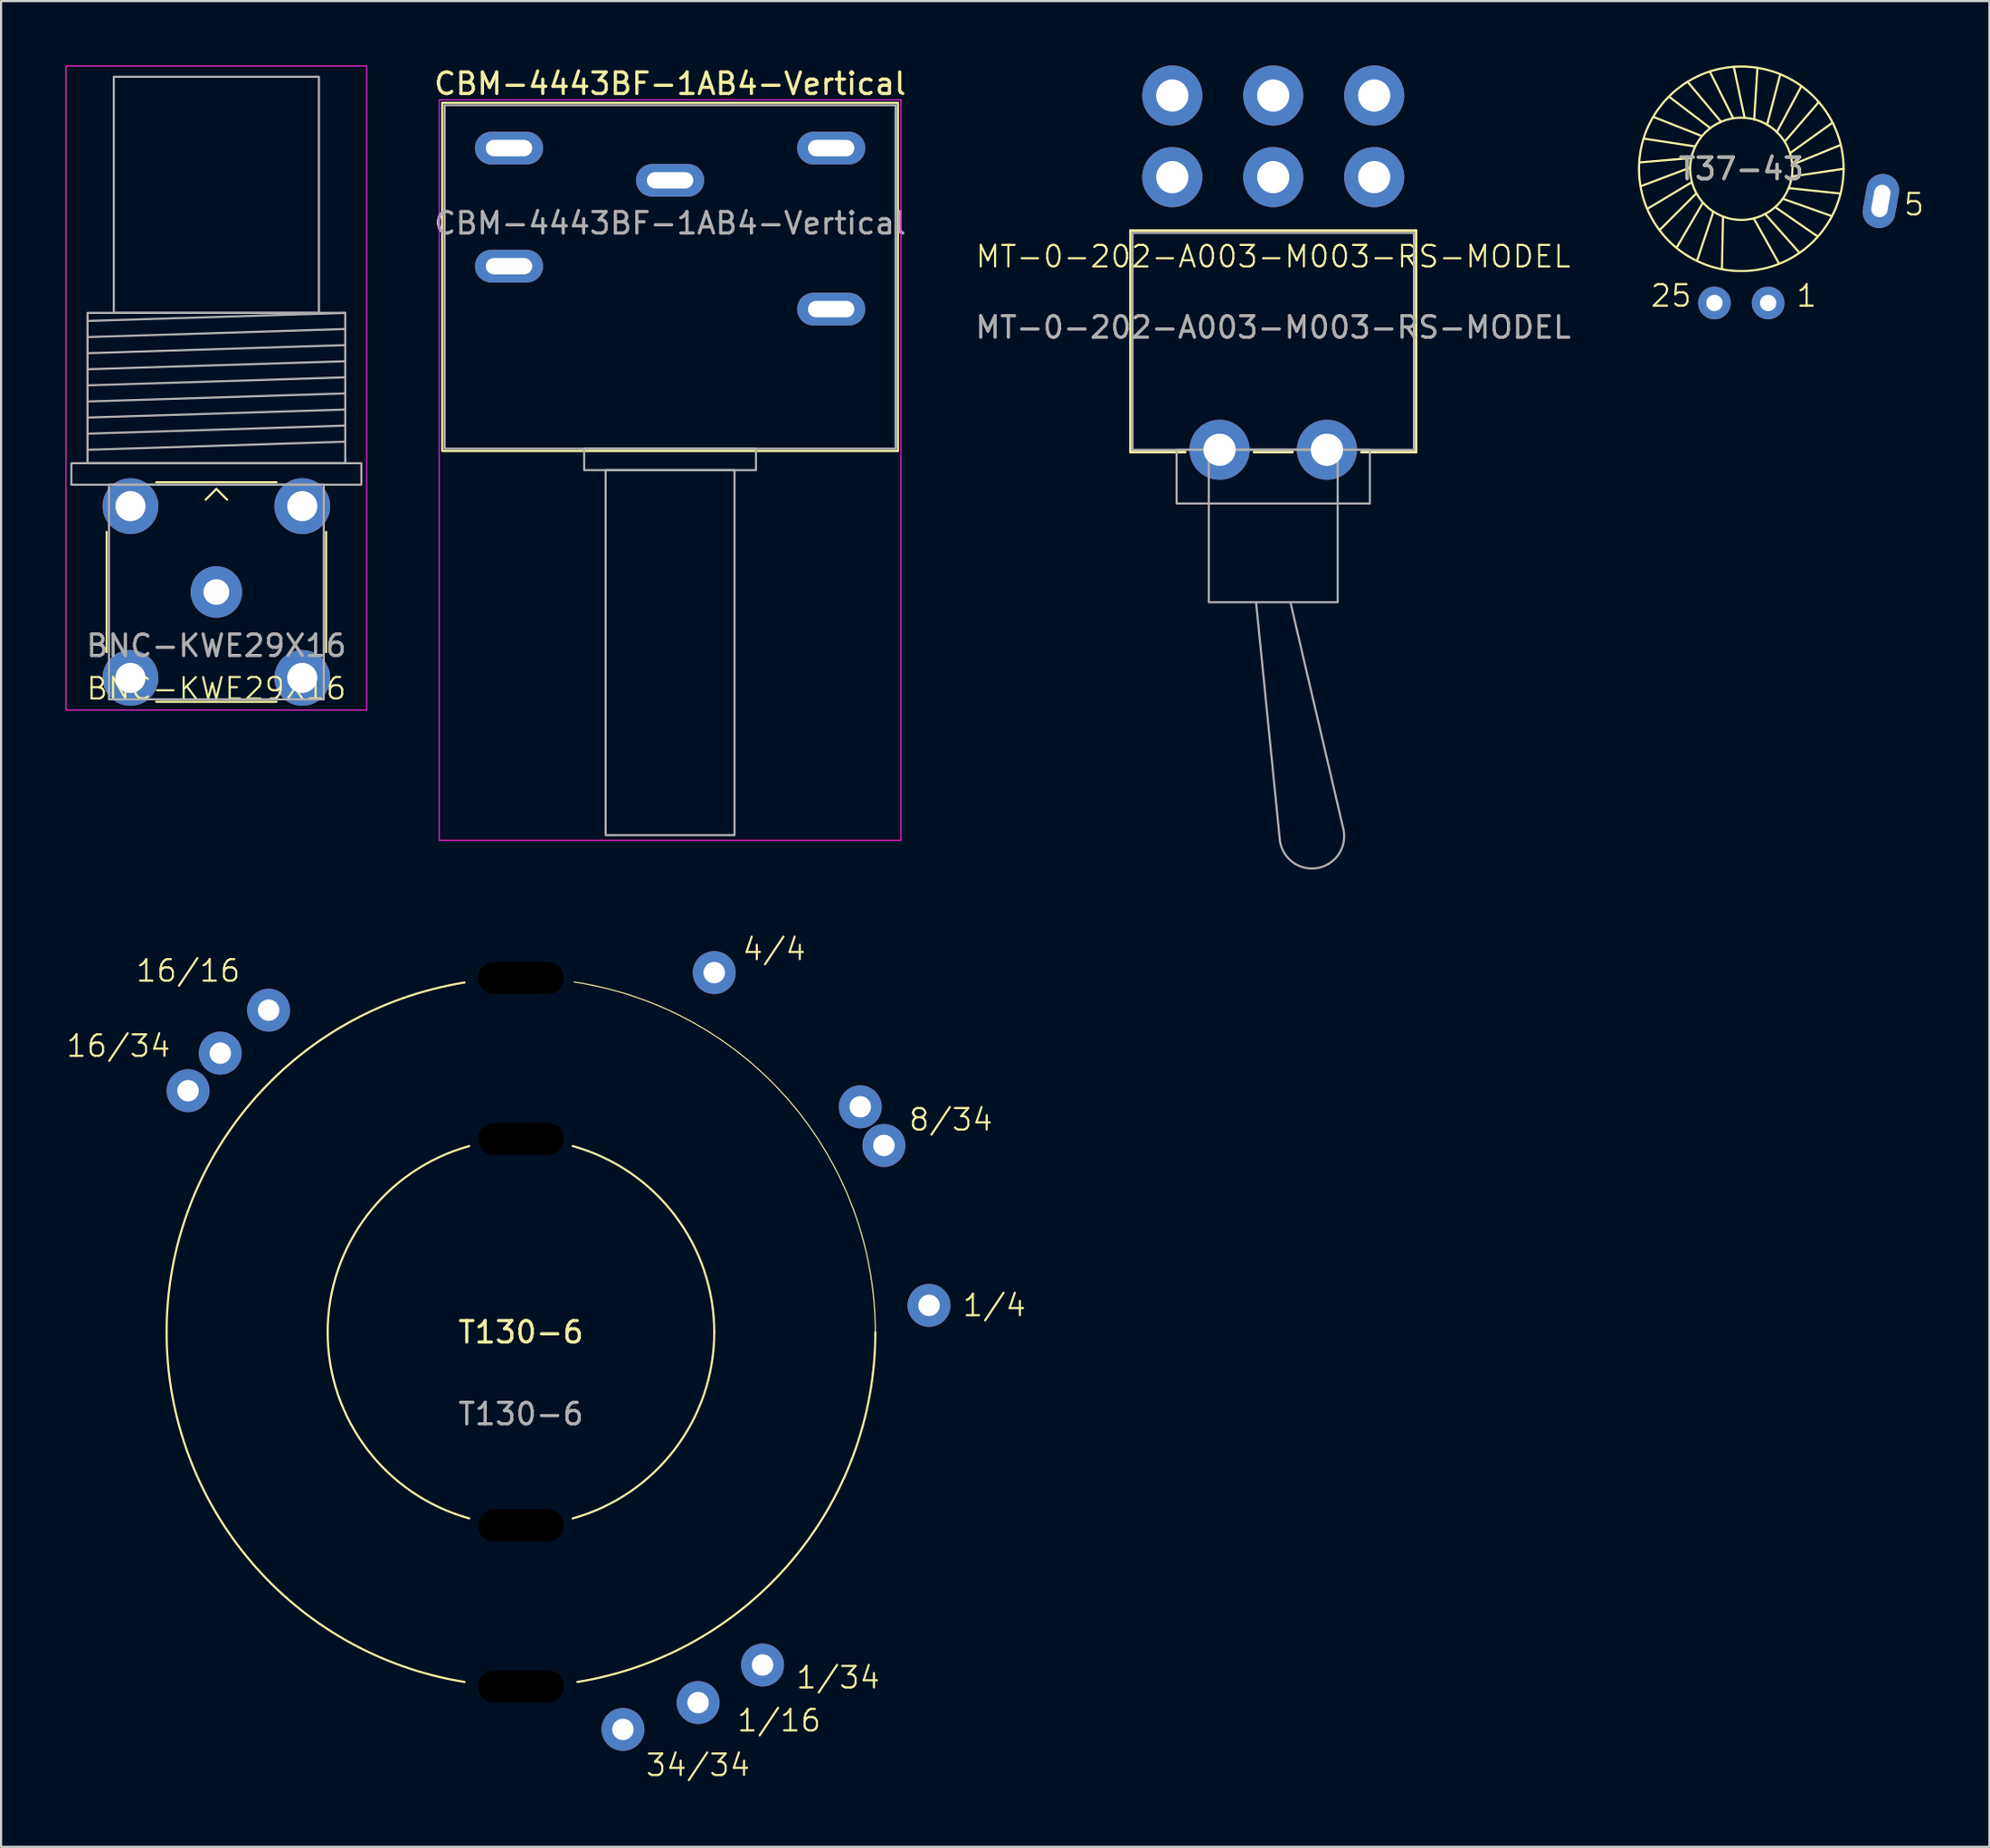
<source format=kicad_pcb>
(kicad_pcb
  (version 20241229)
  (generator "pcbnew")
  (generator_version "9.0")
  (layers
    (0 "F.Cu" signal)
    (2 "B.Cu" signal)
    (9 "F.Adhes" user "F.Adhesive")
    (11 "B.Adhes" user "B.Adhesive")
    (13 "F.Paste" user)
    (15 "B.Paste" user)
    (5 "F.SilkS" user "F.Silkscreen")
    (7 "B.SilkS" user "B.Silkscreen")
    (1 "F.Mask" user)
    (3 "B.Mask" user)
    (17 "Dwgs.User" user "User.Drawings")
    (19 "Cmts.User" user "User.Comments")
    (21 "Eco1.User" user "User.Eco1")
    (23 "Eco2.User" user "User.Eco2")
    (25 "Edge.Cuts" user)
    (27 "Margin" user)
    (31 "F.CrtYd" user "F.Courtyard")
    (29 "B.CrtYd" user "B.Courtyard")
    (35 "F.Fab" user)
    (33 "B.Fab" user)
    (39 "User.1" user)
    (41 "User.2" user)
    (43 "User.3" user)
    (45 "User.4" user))
  (footprint "CBM-4443BF-1AB4-Vertical"
    (layer "F.Cu")
    (at 28.151 5.348)
    (property "Reference" "CBM-4443BF-1AB4-Vertical" (at 0 -4.5 0) (unlocked yes) (layer "F.SilkS") (effects (font (size 1 1) (thickness 0.15))))
    (attr through_hole)
    (fp_rect (start -10.61 -3.61) (end 10.61 12.61) (stroke (width 0.1) (type default)) (fill no) (layer "F.SilkS"))
    (fp_rect (start -10.75 -3.75) (end 10.75 30.75) (stroke (width 0.05) (type default)) (fill no) (layer "F.CrtYd"))
    (fp_rect (start -10.5 -3.5) (end 10.5 12.5) (stroke (width 0.1) (type default)) (fill no) (layer "F.Fab"))
    (fp_rect (start -4 13.5) (end 4 12.5) (stroke (width 0.1) (type default)) (fill no) (layer "F.Fab"))
    (fp_rect (start -3 13.5) (end 3 30.5) (stroke (width 0.1) (type default)) (fill no) (layer "F.Fab"))
    (fp_text user "${REFERENCE}" (at 0 2 0) (unlocked yes) (layer "F.Fab") (effects (font (size 1 1) (thickness 0.15))))
    (pad "1" thru_hole oval (at 0 0) (size 3.175 1.524) (drill oval 2.159 0.762) (layers "*.Cu" "*.Mask"))
    (pad "2" thru_hole oval (at 7.5 -1.5) (size 3.175 1.524) (drill oval 2.159 0.762) (layers "*.Cu" "*.Mask"))
    (pad "2" thru_hole oval (at 7.5 6) (size 3.175 1.524) (drill oval 2.159 0.762) (layers "*.Cu" "*.Mask"))
    (pad "3" thru_hole oval (at -7.5 -1.5) (size 3.175 1.524) (drill oval 2.159 0.762) (layers "*.Cu" "*.Mask"))
    (pad "3" thru_hole oval (at -7.5 4) (size 3.175 1.524) (drill oval 2.159 0.762) (layers "*.Cu" "*.Mask")))
  (footprint "MT-0-202-A003-M003-RS-MODEL"
    (layer "F.Cu")
    (at 56.235 17.9)
    (property "Reference" "MT-0-202-A003-M003-RS-MODEL" (at 0 -9 0) (unlocked yes) (layer "F.SilkS") (effects (font (size 1 1) (thickness 0.1))))
    (attr through_hole)
    (fp_line (start -6.65 -10.21) (end 6.65 -10.21) (stroke (width 0.12) (type default)) (layer "F.SilkS"))
    (fp_line (start -6.65 0.11) (end -6.65 -10.21) (stroke (width 0.12) (type default)) (layer "F.SilkS"))
    (fp_line (start -4.1 0.11) (end -6.65 0.11) (stroke (width 0.12) (type default)) (layer "F.SilkS"))
    (fp_line (start -0.9 0.11) (end 0.9 0.11) (stroke (width 0.12) (type default)) (layer "F.SilkS"))
    (fp_line (start 6.65 -10.21) (end 6.65 0.11) (stroke (width 0.12) (type default)) (layer "F.SilkS"))
    (fp_line (start 6.65 0.11) (end 4.1 0.11) (stroke (width 0.12) (type default)) (layer "F.SilkS"))
    (fp_line (start 0.3 18.1) (end -0.8 7.1) (stroke (width 0.1) (type default)) (layer "F.Fab"))
    (fp_line (start 0.8 7.1) (end 3.265 17.662) (stroke (width 0.1) (type default)) (layer "F.Fab"))
    (fp_rect (start -6.55 -10.1) (end 6.55 0) (stroke (width 0.1) (type default)) (fill no) (layer "F.Fab"))
    (fp_rect (start -4.5 0) (end 4.5 2.5) (stroke (width 0.1) (type default)) (fill no) (layer "F.Fab"))
    (fp_rect (start -3 0) (end 3 7.1) (stroke (width 0.1) (type default)) (fill no) (layer "F.Fab"))
    (fp_arc (start 3.264831 17.661962) (mid 2.019724 19.487186) (end 0.300001 18.1) (stroke (width 0.1) (type default)) (layer "F.Fab"))
    (fp_text user "${REFERENCE}" (at 0 -5.7 0) (unlocked yes) (layer "F.Fab") (effects (font (size 1 1) (thickness 0.15))))
    (pad "" thru_hole circle (at -2.5 0) (size 2.8 2.8) (drill 1.5) (layers "*.Cu" "*.Mask"))
    (pad "" thru_hole circle (at 2.5 0) (size 2.8 2.8) (drill 1.5) (layers "*.Cu" "*.Mask"))
    (pad "1" thru_hole circle (at -4.7 -16.5) (size 2.8 2.8) (drill 1.5) (layers "*.Cu" "*.Mask"))
    (pad "2" thru_hole circle (at 0 -16.5) (size 2.8 2.8) (drill 1.5) (layers "*.Cu" "*.Mask"))
    (pad "3" thru_hole circle (at 4.7 -16.5) (size 2.8 2.8) (drill 1.5) (layers "*.Cu" "*.Mask"))
    (pad "4" thru_hole circle (at -4.7 -12.7) (size 2.8 2.8) (drill 1.5) (layers "*.Cu" "*.Mask"))
    (pad "5" thru_hole circle (at 0 -12.7) (size 2.8 2.8) (drill 1.5) (layers "*.Cu" "*.Mask"))
    (pad "6" thru_hole circle (at 4.7 -12.7) (size 2.8 2.8) (drill 1.5) (layers "*.Cu" "*.Mask")))
  (footprint "BNC-KWE29X16"
    (layer "F.Cu")
    (at 7.025 24.525)
    (property "Reference" "BNC-KWE29X16" (at 0 4.5 0) (unlocked yes) (layer "F.SilkS") (effects (font (size 1 1) (thickness 0.1))))
    (attr through_hole)
    (fp_line (start -5.11 2.8) (end -5.11 -2.8) (stroke (width 0.1) (type default)) (layer "F.SilkS"))
    (fp_line (start -2.8 -5.11) (end 2.8 -5.11) (stroke (width 0.1) (type default)) (layer "F.SilkS"))
    (fp_line (start 0 -4.8) (end -0.5 -4.3) (stroke (width 0.1) (type default)) (layer "F.SilkS"))
    (fp_line (start 0 -4.8) (end 0.5 -4.3) (stroke (width 0.1) (type default)) (layer "F.SilkS"))
    (fp_line (start 2.8 5.11) (end -2.8 5.11) (stroke (width 0.1) (type default)) (layer "F.SilkS"))
    (fp_line (start 5.11 -2.8) (end 5.11 2.8) (stroke (width 0.1) (type default)) (layer "F.SilkS"))
    (fp_rect (start 7 5.5) (end -7 -24.5) (stroke (width 0.05) (type default)) (fill no) (layer "F.CrtYd"))
    (fp_line (start -6 -12.625) (end 6 -13) (stroke (width 0.1) (type default)) (layer "F.Fab"))
    (fp_line (start -6 -11.875) (end 6 -12.25) (stroke (width 0.1) (type default)) (layer "F.Fab"))
    (fp_line (start -6 -11.125) (end 6 -11.5) (stroke (width 0.1) (type default)) (layer "F.Fab"))
    (fp_line (start -6 -10.375) (end 6 -10.75) (stroke (width 0.1) (type default)) (layer "F.Fab"))
    (fp_line (start -6 -9.625) (end 6 -10) (stroke (width 0.1) (type default)) (layer "F.Fab"))
    (fp_line (start -6 -8.875) (end 6 -9.25) (stroke (width 0.1) (type default)) (layer "F.Fab"))
    (fp_line (start -6 -8.125) (end 6 -8.5) (stroke (width 0.1) (type default)) (layer "F.Fab"))
    (fp_line (start -6 -7.375) (end 6 -7.75) (stroke (width 0.1) (type default)) (layer "F.Fab"))
    (fp_line (start -6 -6.625) (end 6 -7) (stroke (width 0.1) (type default)) (layer "F.Fab"))
    (fp_rect (start -6.75 -6) (end 6.75 -5) (stroke (width 0.1) (type default)) (fill no) (layer "F.Fab"))
    (fp_rect (start -6 -6) (end 6 -13) (stroke (width 0.1) (type default)) (fill no) (layer "F.Fab"))
    (fp_rect (start -5 -5) (end 5 5) (stroke (width 0.1) (type default)) (fill no) (layer "F.Fab"))
    (fp_rect (start -4.775 -24) (end 4.775 -13) (stroke (width 0.1) (type default)) (fill no) (layer "F.Fab"))
    (fp_text user "${REFERENCE}" (at 0 2.5 0) (unlocked yes) (layer "F.Fab") (effects (font (size 1 1) (thickness 0.15))))
    (pad "1" thru_hole circle (at 0 0) (size 2.4 2.4) (drill 1.2) (layers "*.Cu" "*.Mask"))
    (pad "2" thru_hole circle (at -4 -4) (size 2.6 2.6) (drill 1.4) (layers "*.Cu" "*.Mask"))
    (pad "2" thru_hole circle (at -4 4) (size 2.6 2.6) (drill 1.4) (layers "*.Cu" "*.Mask"))
    (pad "2" thru_hole circle (at 4 -4) (size 2.6 2.6) (drill 1.4) (layers "*.Cu" "*.Mask"))
    (pad "2" thru_hole circle (at 4 4) (size 2.6 2.6) (drill 1.4) (layers "*.Cu" "*.Mask")))
  (footprint "T130-6"
    (layer "F.Cu")
    (at 21.207 59.003)
    (property "Reference" "T130-6" (at 0 0 0) (unlocked yes) (layer "F.SilkS") (effects (font (size 1 1) (thickness 0.15))))
    (attr through_hole)
    (private_layers "User.1")
    (fp_arc (start -16.5 0) (mid -12.561867 -10.698107) (end -2.627335 -16.289478) (stroke (width 0.1) (type default)) (layer "F.SilkS"))
    (fp_arc (start -9 0) (mid -7.165164 -5.446138) (end -2.408795 -8.671661) (stroke (width 0.1) (type default)) (layer "F.SilkS"))
    (fp_arc (start -2.627335 16.289478) (mid -12.561867 10.698106) (end -16.5 0) (stroke (width 0.1) (type default)) (layer "F.SilkS"))
    (fp_arc (start -2.408795 8.671661) (mid -7.165164 5.446138) (end -9 0) (stroke (width 0.1) (type default)) (layer "F.SilkS"))
    (fp_arc (start 2.408795 -8.671661) (mid 7.165164 -5.446138) (end 9 0) (stroke (width 0.1) (type default)) (layer "F.SilkS"))
    (fp_arc (start 2.471789 -16.313806) (mid 12.510686 -10.757915) (end 16.5 0) (stroke (width 0.05) (type default)) (layer "F.SilkS"))
    (fp_arc (start 9 0) (mid 7.165164 5.446138) (end 2.408795 8.671661) (stroke (width 0.1) (type default)) (layer "F.SilkS"))
    (fp_arc (start 16.5 0) (mid 12.561867 10.698107) (end 2.627335 16.289478) (stroke (width 0.1) (type default)) (layer "F.SilkS"))
    (fp_circle (center 0 0) (end 19.05 0) (stroke (width 0.1) (type default)) (fill no) (layer "User.1"))
    (fp_text user "8/34" (at 18 -9.9 0) (unlocked yes) (layer "F.SilkS") (effects (font (size 1 1) (thickness 0.1)) (justify left)))
    (fp_text user "1/16" (at 10 17.5 0) (unlocked yes) (layer "F.SilkS") (effects (font (size 1 1) (thickness 0.1)) (justify left top)))
    (fp_text user "1/34" (at 12.75 15.5 0) (unlocked yes) (layer "F.SilkS") (effects (font (size 1 1) (thickness 0.1)) (justify left top)))
    (fp_text user "4/4" (at 10.25 -17.25 0) (unlocked yes) (layer "F.SilkS") (effects (font (size 1 1) (thickness 0.1)) (justify left bottom)))
    (fp_text user "34/34" (at 5.75 20.75 0) (unlocked yes) (layer "F.SilkS") (effects (font (size 1 1) (thickness 0.1)) (justify left bottom)))
    (fp_text user "16/34" (at -16.25 -12.75 0) (unlocked yes) (layer "F.SilkS") (effects (font (size 1 1) (thickness 0.1)) (justify right bottom)))
    (fp_text user "16/16" (at -13 -16.25 0) (unlocked yes) (layer "F.SilkS") (effects (font (size 1 1) (thickness 0.1)) (justify right bottom)))
    (fp_text user "1/4" (at 20.5 -1.25 0) (unlocked yes) (layer "F.SilkS") (effects (font (size 1 1) (thickness 0.1)) (justify left)))
    (fp_text user "${REFERENCE}" (at 0 3.81 0) (unlocked yes) (layer "F.Fab") (effects (font (size 1 1) (thickness 0.15))))
    (pad "" np_thru_hole oval (at 0 -16.5) (size 4 1.5) (drill oval 4 1.5) (layers "*.Mask"))
    (pad "" np_thru_hole oval (at 0 -9) (size 4 1.5) (drill oval 4 1.5) (layers "*.Mask"))
    (pad "" np_thru_hole oval (at 0 9) (size 4 1.5) (drill oval 4 1.5) (layers "*.Mask"))
    (pad "" np_thru_hole oval (at 0 16.5) (size 4 1.5) (drill oval 4 1.5) (layers "*.Mask"))
    (pad "1" thru_hole circle (at 11.25 15.5) (size 2 2) (drill 1) (layers "*.Cu" "*.Mask"))
    (pad "2" thru_hole circle (at 15.8 -10.5) (size 2 2) (drill 1) (layers "*.Cu" "*.Mask"))
    (pad "2" thru_hole circle (at 16.9 -8.7) (size 2 2) (drill 1) (layers "*.Cu" "*.Mask"))
    (pad "3" thru_hole circle (at -15.5 -11.25) (size 2 2) (drill 1) (layers "*.Cu" "*.Mask"))
    (pad "3" thru_hole circle (at -14 -13) (size 2 2) (drill 1) (layers "*.Cu" "*.Mask"))
    (pad "4" thru_hole circle (at 4.75 18.5) (size 2 2) (drill 1) (layers "*.Cu" "*.Mask"))
    (pad "5" thru_hole circle (at 19 -1.25) (size 2 2) (drill 1) (layers "*.Cu" "*.Mask"))
    (pad "6" thru_hole circle (at 9 -16.75) (size 2 2) (drill 1) (layers "*.Cu" "*.Mask"))
    (pad "7" thru_hole circle (at 8.25 17.25) (size 2 2) (drill 1) (layers "*.Cu" "*.Mask"))
    (pad "8" thru_hole circle (at -11.75 -15) (size 2 2) (drill 1) (layers "*.Cu" "*.Mask")))
  (footprint "T37-43"
    (layer "F.Cu")
    (at 78.029 4.812)
    (property "Reference" "T37-43" (at 0 0 0) (unlocked yes) (layer "F.SilkS") (effects (font (size 1 1) (thickness 0.15))))
    (attr through_hole)
    (private_layers "User.1")
    (fp_line (start -2.4 -0.05) (end -4.65 0.8) (stroke (width 0.1) (type default)) (layer "F.SilkS"))
    (fp_line (start -2.35 -0.5) (end -4.7 -0.3) (stroke (width 0.1) (type default)) (layer "F.SilkS"))
    (fp_line (start -2.35 0.65) (end -4.35 1.85) (stroke (width 0.1) (type default)) (layer "F.SilkS"))
    (fp_line (start -2.2 -1.05) (end -4.5 -1.4) (stroke (width 0.1) (type default)) (layer "F.SilkS"))
    (fp_line (start -2.1 1.15) (end -3.8 2.85) (stroke (width 0.1) (type default)) (layer "F.SilkS"))
    (fp_line (start -1.9 -1.55) (end -4.05 -2.4) (stroke (width 0.1) (type default)) (layer "F.SilkS"))
    (fp_line (start -1.8 1.6) (end -3 3.65) (stroke (width 0.1) (type default)) (layer "F.SilkS"))
    (fp_line (start -1.45 -1.9) (end -3.35 -3.35) (stroke (width 0.1) (type default)) (layer "F.SilkS"))
    (fp_line (start -1.3 2) (end -2.05 4.25) (stroke (width 0.1) (type default)) (layer "F.SilkS"))
    (fp_line (start -0.95 -2.2) (end -2.5 -4.05) (stroke (width 0.1) (type default)) (layer "F.SilkS"))
    (fp_line (start -0.85 2.25) (end -0.9 4.65) (stroke (width 0.1) (type default)) (layer "F.SilkS"))
    (fp_line (start -0.4 -2.4) (end -1.45 -4.5) (stroke (width 0.1) (type default)) (layer "F.SilkS"))
    (fp_line (start 0.15 -2.4) (end -0.35 -4.75) (stroke (width 0.1) (type default)) (layer "F.SilkS"))
    (fp_line (start 0.6 -2.3) (end 0.75 -4.7) (stroke (width 0.1) (type default)) (layer "F.SilkS"))
    (fp_line (start 0.6 2.35) (end 1.75 4.4) (stroke (width 0.1) (type default)) (layer "F.SilkS"))
    (fp_line (start 1.1 2.1) (end 2.7 3.9) (stroke (width 0.1) (type default)) (layer "F.SilkS"))
    (fp_line (start 1.2 -2.05) (end 1.8 -4.35) (stroke (width 0.1) (type default)) (layer "F.SilkS"))
    (fp_line (start 1.6 1.8) (end 3.55 3.15) (stroke (width 0.1) (type default)) (layer "F.SilkS"))
    (fp_line (start 1.65 -1.7) (end 2.8 -3.85) (stroke (width 0.1) (type default)) (layer "F.SilkS"))
    (fp_line (start 1.95 1.4) (end 4.2 2.2) (stroke (width 0.1) (type default)) (layer "F.SilkS"))
    (fp_line (start 2.05 -1.3) (end 3.6 -3.1) (stroke (width 0.1) (type default)) (layer "F.SilkS"))
    (fp_line (start 2.2 0.9) (end 4.6 1.15) (stroke (width 0.1) (type default)) (layer "F.SilkS"))
    (fp_line (start 2.3 -0.75) (end 4.25 -2.15) (stroke (width 0.1) (type default)) (layer "F.SilkS"))
    (fp_line (start 2.4 -0.2) (end 4.6 -1.1) (stroke (width 0.1) (type default)) (layer "F.SilkS"))
    (fp_line (start 2.4 0.35) (end 4.763 0) (stroke (width 0.1) (type default)) (layer "F.SilkS"))
    (fp_circle (center 0 0) (end 2.381 0) (stroke (width 0.1) (type default)) (fill no) (layer "F.SilkS"))
    (fp_circle (center 0 0) (end 4.763 0) (stroke (width 0.1) (type default)) (fill no) (layer "F.SilkS"))
    (fp_line (start 0 0) (end -5.7 -0.15) (stroke (width 0.1) (type default)) (layer "User.1"))
    (fp_line (start 0 0) (end -5.6 1.2) (stroke (width 0.1) (type default)) (layer "User.1"))
    (fp_line (start 0 0) (end -5.5 -1.5) (stroke (width 0.1) (type default)) (layer "User.1"))
    (fp_line (start 0 0) (end -5.15 2.45) (stroke (width 0.1) (type default)) (layer "User.1"))
    (fp_line (start 0 0) (end -5 -2.75) (stroke (width 0.1) (type default)) (layer "User.1"))
    (fp_line (start 0 0) (end -4.4 3.6) (stroke (width 0.1) (type default)) (layer "User.1"))
    (fp_line (start 0 0) (end -4.2 -3.9) (stroke (width 0.1) (type default)) (layer "User.1"))
    (fp_line (start 0 0) (end -3.45 4.55) (stroke (width 0.1) (type default)) (layer "User.1"))
    (fp_line (start 0 0) (end -3.2 -4.75) (stroke (width 0.1) (type default)) (layer "User.1"))
    (fp_line (start 0 0) (end -2.3 5.25) (stroke (width 0.1) (type default)) (layer "User.1"))
    (fp_line (start 0 0) (end -1.95 -5.35) (stroke (width 0.1) (type default)) (layer "User.1"))
    (fp_line (start 0 0) (end -0.9 5.65) (stroke (width 0.1) (type default)) (layer "User.1"))
    (fp_line (start 0 0) (end -0.65 -5.65) (stroke (width 0.1) (type default)) (layer "User.1"))
    (fp_line (start 0 0) (end 0.65 -5.65) (stroke (width 0.1) (type default)) (layer "User.1"))
    (fp_line (start 0 0) (end 2 -5.35) (stroke (width 0.1) (type default)) (layer "User.1"))
    (fp_line (start 0 0) (end 2.25 5.2) (stroke (width 0.1) (type default)) (layer "User.1"))
    (fp_line (start 0 0) (end 3.2 -4.75) (stroke (width 0.1) (type default)) (layer "User.1"))
    (fp_line (start 0 0) (end 3.45 4.55) (stroke (width 0.1) (type default)) (layer "User.1"))
    (fp_line (start 0 0) (end 4.2 -3.85) (stroke (width 0.1) (type default)) (layer "User.1"))
    (fp_line (start 0 0) (end 4.4 3.6) (stroke (width 0.1) (type default)) (layer "User.1"))
    (fp_line (start 0 0) (end 5 -2.75) (stroke (width 0.1) (type default)) (layer "User.1"))
    (fp_line (start 0 0) (end 5.15 2.45) (stroke (width 0.1) (type default)) (layer "User.1"))
    (fp_line (start 0 0) (end 5.5 -1.5) (stroke (width 0.1) (type default)) (layer "User.1"))
    (fp_line (start 0 0) (end 5.6 1.2) (stroke (width 0.1) (type default)) (layer "User.1"))
    (fp_line (start 0 0) (end 5.7 -0.15) (stroke (width 0.1) (type default)) (layer "User.1"))
    (fp_line (start 1 5.6) (end 0 0) (stroke (width 0.1) (type default)) (layer "User.1"))
    (fp_text user "25" (at -2.25 6.5 0) (unlocked yes) (layer "F.SilkS") (effects (font (size 1 1) (thickness 0.1)) (justify right bottom)))
    (fp_text user "1" (at 2.5 6.5 0) (unlocked yes) (layer "F.SilkS") (effects (font (size 1 1) (thickness 0.1)) (justify left bottom)))
    (fp_text user "5" (at 7.5 2.25 0) (unlocked yes) (layer "F.SilkS") (effects (font (size 1 1) (thickness 0.1)) (justify left bottom)))
    (fp_text user "${REFERENCE}" (at 0 0 0) (unlocked yes) (layer "F.Fab") (effects (font (size 1 1) (thickness 0.15))))
    (pad "1" thru_hole circle (at 1.25 6.25) (size 1.524 1.524) (drill 0.762) (layers "*.Cu" "*.Mask"))
    (pad "2" thru_hole oval (at 6.5 1.5 350) (size 1.524 2.54) (drill oval 0.762 1.524) (layers "*.Cu" "*.Mask"))
    (pad "3" thru_hole circle (at -1.25 6.25) (size 1.524 1.524) (drill 0.762) (layers "*.Cu" "*.Mask")))
  (gr_rect
    (start -3 -3)
    (end 89.582 82.974)
    (stroke (width 0.1) (type default))
    (fill no)
    (layer "Edge.Cuts")))
</source>
